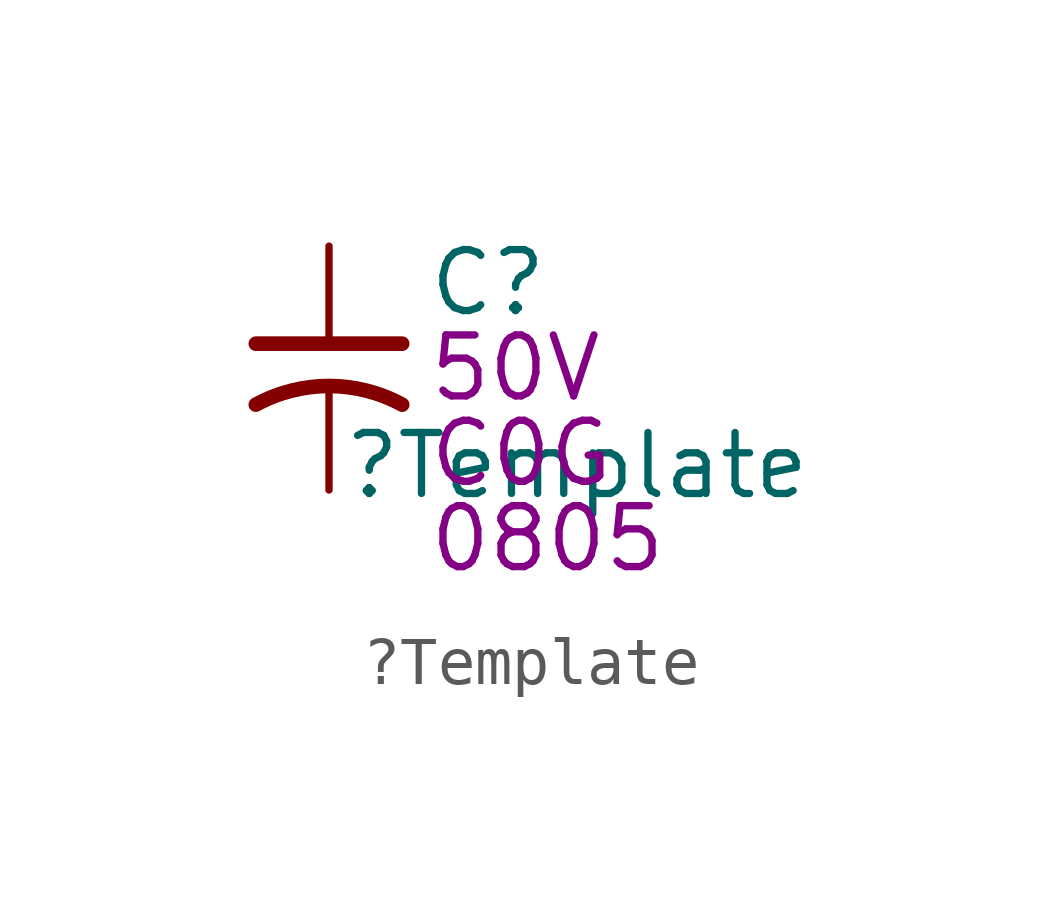
<source format=kicad_sym>
(kicad_symbol_lib
  (version 20241209)
  (generator "kicad_symbol_editor")
  (generator_version "9.0")
  (symbol "?Template"
    (pin_numbers
      (hide yes))
    (pin_names
      (offset 0.254)
      (hide yes))
    (property "Reference" "C"
      (at 2.032 1.778 0)
      (effects (font (size 1.27 1.27)) (justify left)))
    (property "Value" "?Template"
      (at 0.254 -2.032 0)
      (effects (font (size 1.27 1.27)) (justify left)))
    (property "Tempco" "C0G"
      (at 2.032 -1.778 0)
      (effects (font (size 1.27 1.27)) (justify left)))
    (property "Voltage" "50V"
      (at 2.032 0 0)
      (effects (font (size 1.27 1.27)) (justify left)))
    (property "Package" "0805"
      (at 2.032 -3.556 0)
      (effects (font (size 1.27 1.27)) (justify left)))
    (symbol "?Template_0_1"
      (polyline (pts (xy -1.524 0.508) (xy 1.524 0.508)) (stroke (width 0.305) (type default)) (fill (type none)))
      (arc (start -1.524 -0.762) (mid 0 -0.3734) (end 1.524 -0.762) (stroke (width 0.3048) (type default)) (fill (type none))))
    (symbol "?Template_1_1"
      (pin passive line (at 0 2.54 270) (length 2.032) (name "~" (effects (font (size 1.27 1.27)))) (number "1" (effects (font (size 1.27 1.27)))))
      (pin passive line (at 0 -2.54 90) (length 2.032) (name "~" (effects (font (size 1.27 1.27)))) (number "2" (effects (font (size 1.27 1.27))))))))
</source>
